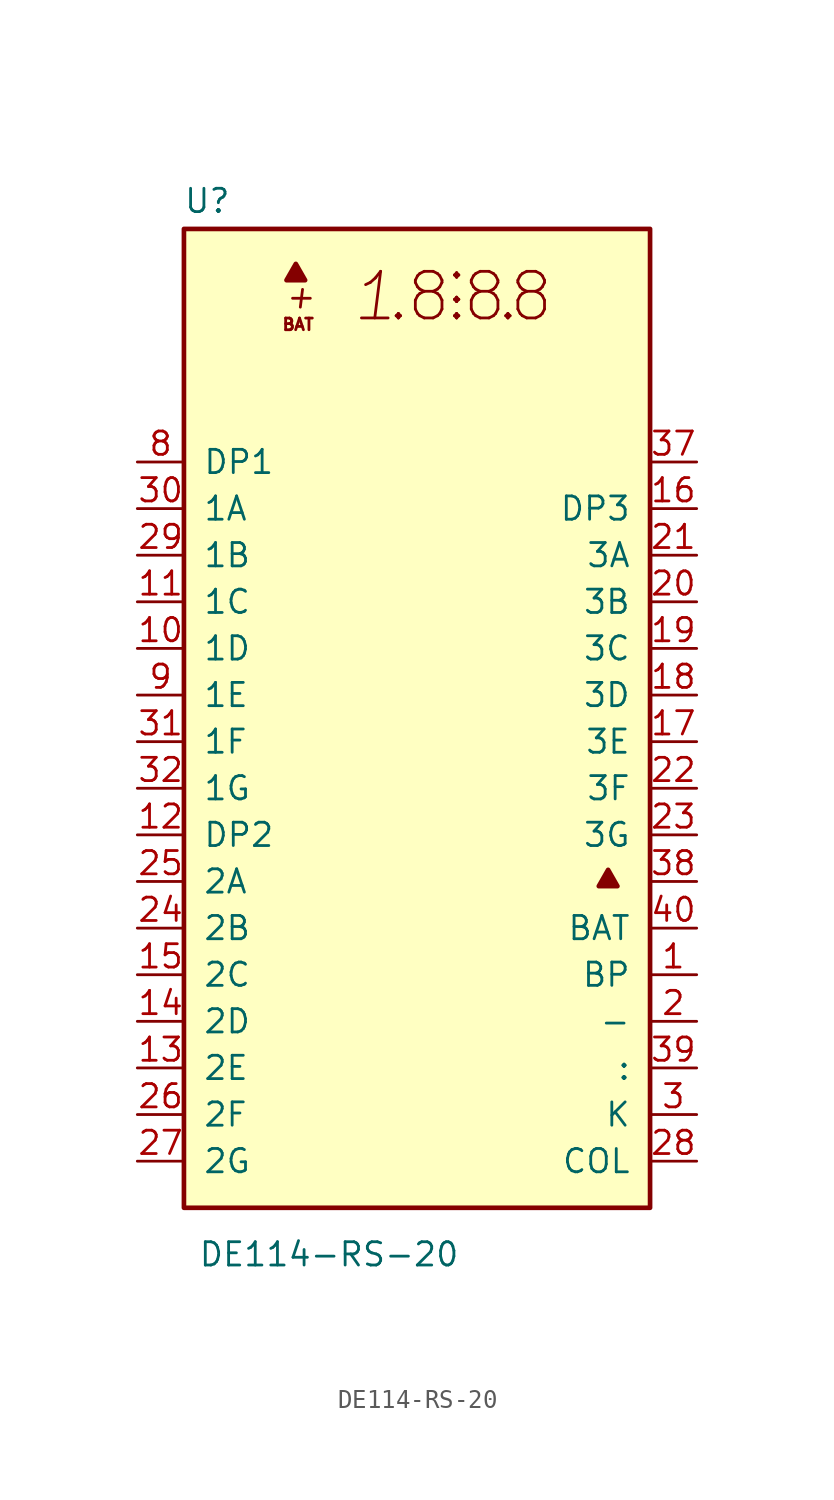
<source format=kicad_sym>
(kicad_symbol_lib
  (version 20231120)
  (generator "kicad_symbol_editor")
  (generator_version "8.0")
  (symbol "DE114-RS-20"
    (pin_names
      (offset 1.016))
    (property "Reference" "U"
      (at -11.43 26.924 0)
      (effects (font (size 1.27 1.27))))
    (property "Value" "DE114-RS-20"
      (at -11.938 -30.48 0)
      (effects (font (size 1.27 1.27)) (justify left)))
    (symbol "DE114-RS-20_0_0"
      (text "+" (at -6.35 21.717 0) (effects (font (size 1.27 1.27) (italic yes))))
      (text "." (at -1.016 21.717 0) (effects (font (size 2.54 2.54))))
      (text "." (at 2.159 21.717 0) (effects (font (size 2.54 2.54))))
      (text "." (at 4.953 21.717 0) (effects (font (size 2.54 2.54))))
      (text "1" (at -2.286 21.717 0) (effects (font (size 2.54 2.54) (italic yes))))
      (text "8" (at 0.635 21.717 0) (effects (font (size 2.54 2.54))))
      (text "8" (at 3.683 21.717 0) (effects (font (size 2.54 2.54))))
      (text "8" (at 6.223 21.717 0) (effects (font (size 2.54 2.54))))
      (text ":" (at 2.159 22.606 0) (effects (font (size 2.54 2.54))))
      (text "BAT" (at -6.477 20.193 0) (effects (font (size 0.635 0.635))))
      (text "~" (at -4.953 23.368 0) (effects (font (size 2.54 2.54)))))
    (symbol "DE114-RS-20_0_1"
      (rectangle (start -12.7 25.4) (end 12.7 -27.94) (stroke (width 0.254) (type default)) (fill (type background)))
      (polyline (pts (xy -6.604 23.495) (xy -7.112 22.606) (xy -6.096 22.606) (xy -6.604 23.495)) (stroke (width 0.254) (type default)) (fill (type outline)))
      (polyline (pts (xy 10.414 -9.525) (xy 9.906 -10.414) (xy 10.922 -10.414) (xy 10.414 -9.525)) (stroke (width 0.254) (type default)) (fill (type outline))))
    (symbol "DE114-RS-20_1_1"
      (pin input line (at 15.24 -15.24 180) (length 2.54) (name "BP" (effects (font (size 1.27 1.27)))) (number "1" (effects (font (size 1.27 1.27)))))
      (pin input line (at -15.24 2.54 0) (length 2.54) (name "1D" (effects (font (size 1.27 1.27)))) (number "10" (effects (font (size 1.27 1.27)))))
      (pin input line (at -15.24 5.08 0) (length 2.54) (name "1C" (effects (font (size 1.27 1.27)))) (number "11" (effects (font (size 1.27 1.27)))))
      (pin input line (at -15.24 -7.62 0) (length 2.54) (name "DP2" (effects (font (size 1.27 1.27)))) (number "12" (effects (font (size 1.27 1.27)))))
      (pin input line (at -15.24 -20.32 0) (length 2.54) (name "2E" (effects (font (size 1.27 1.27)))) (number "13" (effects (font (size 1.27 1.27)))))
      (pin input line (at -15.24 -17.78 0) (length 2.54) (name "2D" (effects (font (size 1.27 1.27)))) (number "14" (effects (font (size 1.27 1.27)))))
      (pin input line (at -15.24 -15.24 0) (length 2.54) (name "2C" (effects (font (size 1.27 1.27)))) (number "15" (effects (font (size 1.27 1.27)))))
      (pin input line (at 15.24 10.16 180) (length 2.54) (name "DP3" (effects (font (size 1.27 1.27)))) (number "16" (effects (font (size 1.27 1.27)))))
      (pin input line (at 15.24 -2.54 180) (length 2.54) (name "3E" (effects (font (size 1.27 1.27)))) (number "17" (effects (font (size 1.27 1.27)))))
      (pin input line (at 15.24 0 180) (length 2.54) (name "3D" (effects (font (size 1.27 1.27)))) (number "18" (effects (font (size 1.27 1.27)))))
      (pin input line (at 15.24 2.54 180) (length 2.54) (name "3C" (effects (font (size 1.27 1.27)))) (number "19" (effects (font (size 1.27 1.27)))))
      (pin input line (at 15.24 -17.78 180) (length 2.54) (name "-" (effects (font (size 1.27 1.27)))) (number "2" (effects (font (size 1.27 1.27)))))
      (pin input line (at 15.24 5.08 180) (length 2.54) (name "3B" (effects (font (size 1.27 1.27)))) (number "20" (effects (font (size 1.27 1.27)))))
      (pin input line (at 15.24 7.62 180) (length 2.54) (name "3A" (effects (font (size 1.27 1.27)))) (number "21" (effects (font (size 1.27 1.27)))))
      (pin input line (at 15.24 -5.08 180) (length 2.54) (name "3F" (effects (font (size 1.27 1.27)))) (number "22" (effects (font (size 1.27 1.27)))))
      (pin input line (at 15.24 -7.62 180) (length 2.54) (name "3G" (effects (font (size 1.27 1.27)))) (number "23" (effects (font (size 1.27 1.27)))))
      (pin input line (at -15.24 -12.7 0) (length 2.54) (name "2B" (effects (font (size 1.27 1.27)))) (number "24" (effects (font (size 1.27 1.27)))))
      (pin input line (at -15.24 -10.16 0) (length 2.54) (name "2A" (effects (font (size 1.27 1.27)))) (number "25" (effects (font (size 1.27 1.27)))))
      (pin input line (at -15.24 -22.86 0) (length 2.54) (name "2F" (effects (font (size 1.27 1.27)))) (number "26" (effects (font (size 1.27 1.27)))))
      (pin input line (at -15.24 -25.4 0) (length 2.54) (name "2G" (effects (font (size 1.27 1.27)))) (number "27" (effects (font (size 1.27 1.27)))))
      (pin input line (at 15.24 -25.4 180) (length 2.54) (name "COL" (effects (font (size 1.27 1.27)))) (number "28" (effects (font (size 1.27 1.27)))))
      (pin input line (at -15.24 7.62 0) (length 2.54) (name "1B" (effects (font (size 1.27 1.27)))) (number "29" (effects (font (size 1.27 1.27)))))
      (pin input line (at 15.24 -22.86 180) (length 2.54) (name "K" (effects (font (size 1.27 1.27)))) (number "3" (effects (font (size 1.27 1.27)))))
      (pin input line (at -15.24 10.16 0) (length 2.54) (name "1A" (effects (font (size 1.27 1.27)))) (number "30" (effects (font (size 1.27 1.27)))))
      (pin input line (at -15.24 -2.54 0) (length 2.54) (name "1F" (effects (font (size 1.27 1.27)))) (number "31" (effects (font (size 1.27 1.27)))))
      (pin input line (at -15.24 -5.08 0) (length 2.54) (name "1G" (effects (font (size 1.27 1.27)))) (number "32" (effects (font (size 1.27 1.27)))))
      (pin no_connect line (at 15.24 15.24 180) (length 2.54) hide (name "NC" (effects (font (size 1.27 1.27)))) (number "33" (effects (font (size 1.27 1.27)))))
      (pin no_connect line (at 15.24 17.78 180) (length 2.54) hide (name "NC" (effects (font (size 1.27 1.27)))) (number "34" (effects (font (size 1.27 1.27)))))
      (pin no_connect line (at 15.24 20.32 180) (length 2.54) hide (name "NC" (effects (font (size 1.27 1.27)))) (number "35" (effects (font (size 1.27 1.27)))))
      (pin no_connect line (at 15.24 22.86 180) (length 2.54) hide (name "NC" (effects (font (size 1.27 1.27)))) (number "36" (effects (font (size 1.27 1.27)))))
      (pin input line (at 15.24 12.7 180) (length 2.54) (name "~" (effects (font (size 1.27 1.27)))) (number "37" (effects (font (size 1.27 1.27)))))
      (pin input line (at 15.24 -10.16 180) (length 2.54) (name "~" (effects (font (size 1.27 1.27)))) (number "38" (effects (font (size 1.27 1.27)))))
      (pin input line (at 15.24 -20.32 180) (length 2.54) (name ":" (effects (font (size 1.27 1.27)))) (number "39" (effects (font (size 1.27 1.27)))))
      (pin no_connect line (at -15.24 22.86 0) (length 2.54) hide (name "NC" (effects (font (size 1.27 1.27)))) (number "4" (effects (font (size 1.27 1.27)))))
      (pin input line (at 15.24 -12.7 180) (length 2.54) (name "BAT" (effects (font (size 1.27 1.27)))) (number "40" (effects (font (size 1.27 1.27)))))
      (pin no_connect line (at -15.24 20.32 0) (length 2.54) hide (name "NC" (effects (font (size 1.27 1.27)))) (number "5" (effects (font (size 1.27 1.27)))))
      (pin no_connect line (at -15.24 17.78 0) (length 2.54) hide (name "NC" (effects (font (size 1.27 1.27)))) (number "6" (effects (font (size 1.27 1.27)))))
      (pin no_connect line (at -15.24 15.24 0) (length 2.54) hide (name "NC" (effects (font (size 1.27 1.27)))) (number "7" (effects (font (size 1.27 1.27)))))
      (pin input line (at -15.24 12.7 0) (length 2.54) (name "DP1" (effects (font (size 1.27 1.27)))) (number "8" (effects (font (size 1.27 1.27)))))
      (pin input line (at -15.24 0 0) (length 2.54) (name "1E" (effects (font (size 1.27 1.27)))) (number "9" (effects (font (size 1.27 1.27))))))))
</source>
